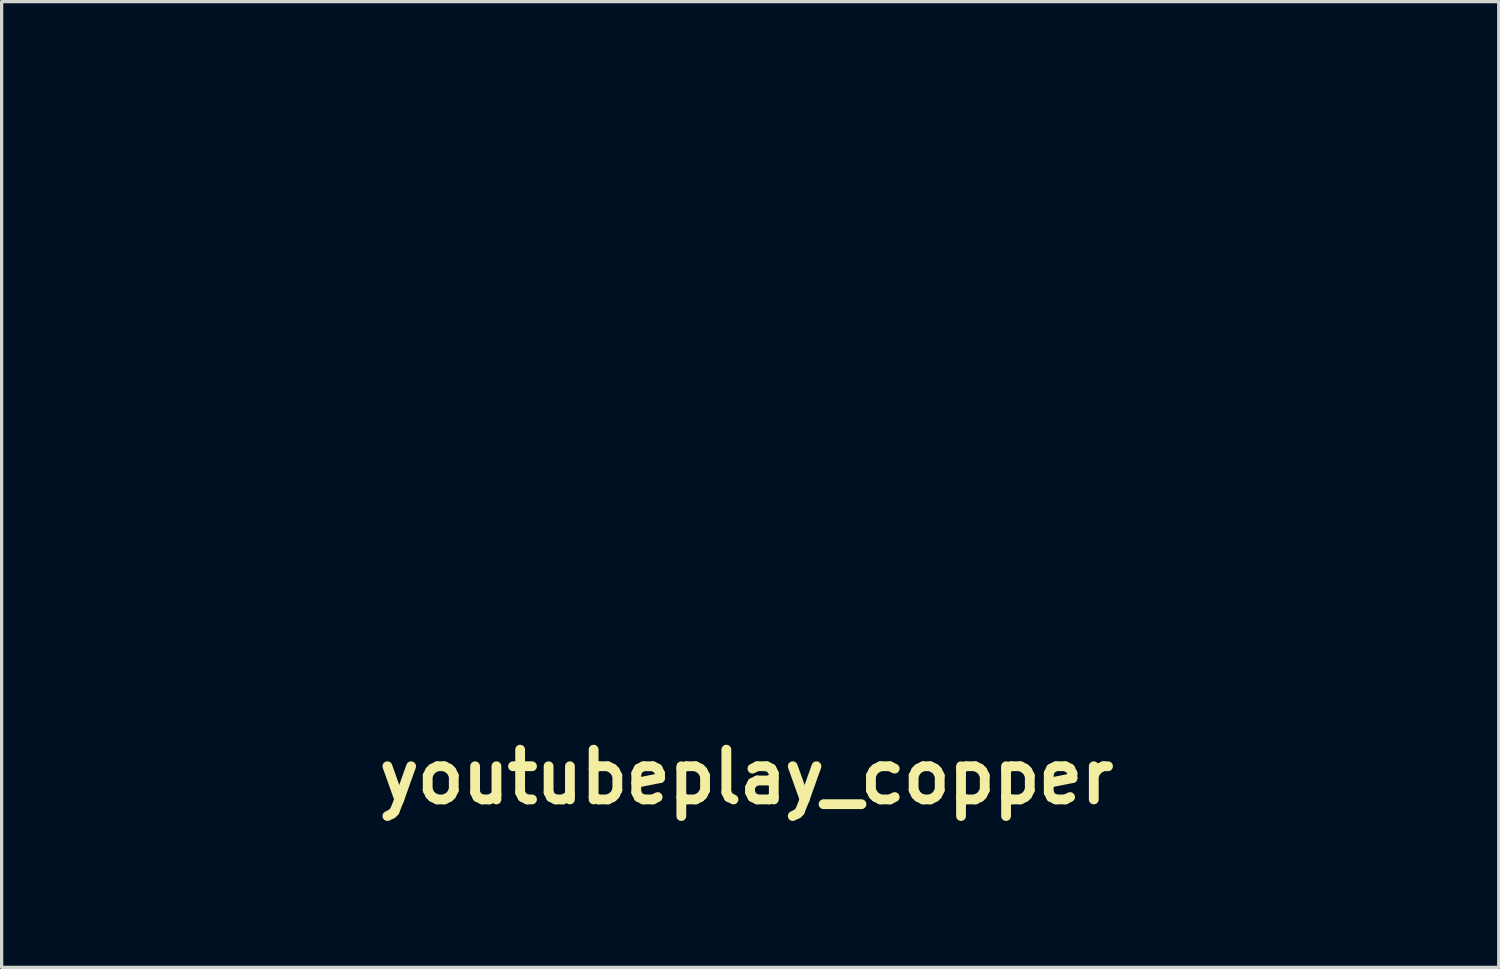
<source format=kicad_pcb>
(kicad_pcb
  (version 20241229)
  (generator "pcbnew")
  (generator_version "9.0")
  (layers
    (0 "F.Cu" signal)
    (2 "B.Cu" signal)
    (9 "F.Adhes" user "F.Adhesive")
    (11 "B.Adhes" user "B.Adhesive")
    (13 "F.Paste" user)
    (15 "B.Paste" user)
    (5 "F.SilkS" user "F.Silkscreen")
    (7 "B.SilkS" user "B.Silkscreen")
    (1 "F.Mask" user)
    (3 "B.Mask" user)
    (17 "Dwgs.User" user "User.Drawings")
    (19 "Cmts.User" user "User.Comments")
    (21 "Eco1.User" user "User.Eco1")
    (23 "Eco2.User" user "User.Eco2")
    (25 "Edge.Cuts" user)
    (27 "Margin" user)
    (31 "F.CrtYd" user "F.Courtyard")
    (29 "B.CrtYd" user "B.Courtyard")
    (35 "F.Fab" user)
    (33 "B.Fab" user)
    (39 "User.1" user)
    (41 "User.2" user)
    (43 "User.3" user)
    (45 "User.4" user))
  (footprint "youtubeplay_copper"
    (layer "F.Cu")
    (at 19.805 20.736)
    (property "Reference" "youtubeplay_copper" (at 0 0 0) (layer "F.SilkS") (effects (font (size 1.524 1.524) (thickness 0.3))))
    (attr through_hole)
    (fp_poly (pts (xy 19.98 0.071) (xy 19.95 0.126) (xy 19.855 0.209) (xy 19.685 0.326) (xy 19.429 0.482) (xy 19.077 0.683) (xy 18.619 0.935) (xy 18.045 1.243) (xy 17.343 1.615) (xy 16.504 2.054) (xy 16.171 2.228) (xy 15.113 2.78) (xy -2.396 -8.917) (xy -4.329 -10.209) (xy -6.125 -11.409) (xy -7.788 -12.522) (xy -9.322 -13.549) (xy -10.732 -14.494) (xy -12.022 -15.359) (xy -13.195 -16.147) (xy -14.256 -16.861) (xy -15.21 -17.504) (xy -16.059 -18.079) (xy -16.809 -18.587) (xy -17.463 -19.033) (xy -18.026 -19.419) (xy -18.502 -19.748) (xy -18.894 -20.022) (xy -19.208 -20.245) (xy -19.446 -20.418) (xy -19.614 -20.546) (xy -19.716 -20.631) (xy -19.755 -20.675) (xy -19.753 -20.682) (xy -19.627 -20.686) (xy -19.408 -20.615) (xy -19.081 -20.464) (xy -18.711 -20.271) (xy -18.282 -20.041) (xy -17.766 -19.768) (xy -17.228 -19.485) (xy -16.732 -19.227) (xy -16.722 -19.222) (xy -15.925 -18.809) (xy -15.133 -18.398) (xy -14.373 -18.002) (xy -13.675 -17.638) (xy -13.067 -17.32) (xy -12.578 -17.062) (xy -12.531 -17.037) (xy -12.225 -16.877) (xy -11.807 -16.658) (xy -11.314 -16.402) (xy -10.785 -16.127) (xy -10.256 -15.854) (xy -10.245 -15.848) (xy -9.757 -15.596) (xy -9.306 -15.361) (xy -8.919 -15.157) (xy -8.622 -15) (xy -8.444 -14.903) (xy -8.424 -14.892) (xy -8.231 -14.785) (xy -7.94 -14.631) (xy -7.604 -14.457) (xy -7.493 -14.401) (xy -7.172 -14.237) (xy -6.749 -14.018) (xy -6.269 -13.769) (xy -5.779 -13.513) (xy -5.588 -13.413) (xy -5.151 -13.184) (xy -4.725 -12.961) (xy -4.288 -12.732) (xy -3.816 -12.485) (xy -3.286 -12.209) (xy -2.675 -11.89) (xy -1.959 -11.517) (xy -1.143 -11.092) (xy -0.662 -10.841) (xy -0.165 -10.581) (xy 0.297 -10.339) (xy 0.675 -10.14) (xy 0.762 -10.094) (xy 1.101 -9.916) (xy 1.541 -9.686) (xy 2.034 -9.429) (xy 2.532 -9.171) (xy 2.709 -9.079) (xy 3.196 -8.828) (xy 3.696 -8.567) (xy 4.162 -8.323) (xy 4.545 -8.122) (xy 4.657 -8.063) (xy 5.018 -7.872) (xy 5.473 -7.633) (xy 5.962 -7.378) (xy 6.429 -7.136) (xy 6.435 -7.133) (xy 6.932 -6.876) (xy 7.481 -6.589) (xy 8.014 -6.311) (xy 8.424 -6.096) (xy 9.154 -5.712) (xy 9.773 -5.387) (xy 10.323 -5.099) (xy 10.842 -4.829) (xy 11.371 -4.555) (xy 11.95 -4.257) (xy 12.531 -3.958) (xy 13.025 -3.703) (xy 13.478 -3.468) (xy 13.863 -3.267) (xy 14.157 -3.111) (xy 14.334 -3.015) (xy 14.365 -2.997) (xy 14.491 -2.927) (xy 14.744 -2.792) (xy 15.1 -2.606) (xy 15.535 -2.379) (xy 16.026 -2.126) (xy 16.313 -1.978) (xy 16.852 -1.701) (xy 17.375 -1.429) (xy 17.852 -1.179) (xy 18.251 -0.968) (xy 18.543 -0.811) (xy 18.627 -0.765) (xy 18.97 -0.578) (xy 19.321 -0.393) (xy 19.579 -0.264) (xy 19.831 -0.115) (xy 19.966 0.022) (xy 19.98 0.071)) (stroke (width 0.1) (type solid)) (fill yes) (layer "F.Mask")))
  (gr_rect
    (start -3 -3)
    (end 42.834 26.566)
    (stroke (width 0.1) (type default))
    (fill no)
    (layer "Edge.Cuts")))
</source>
